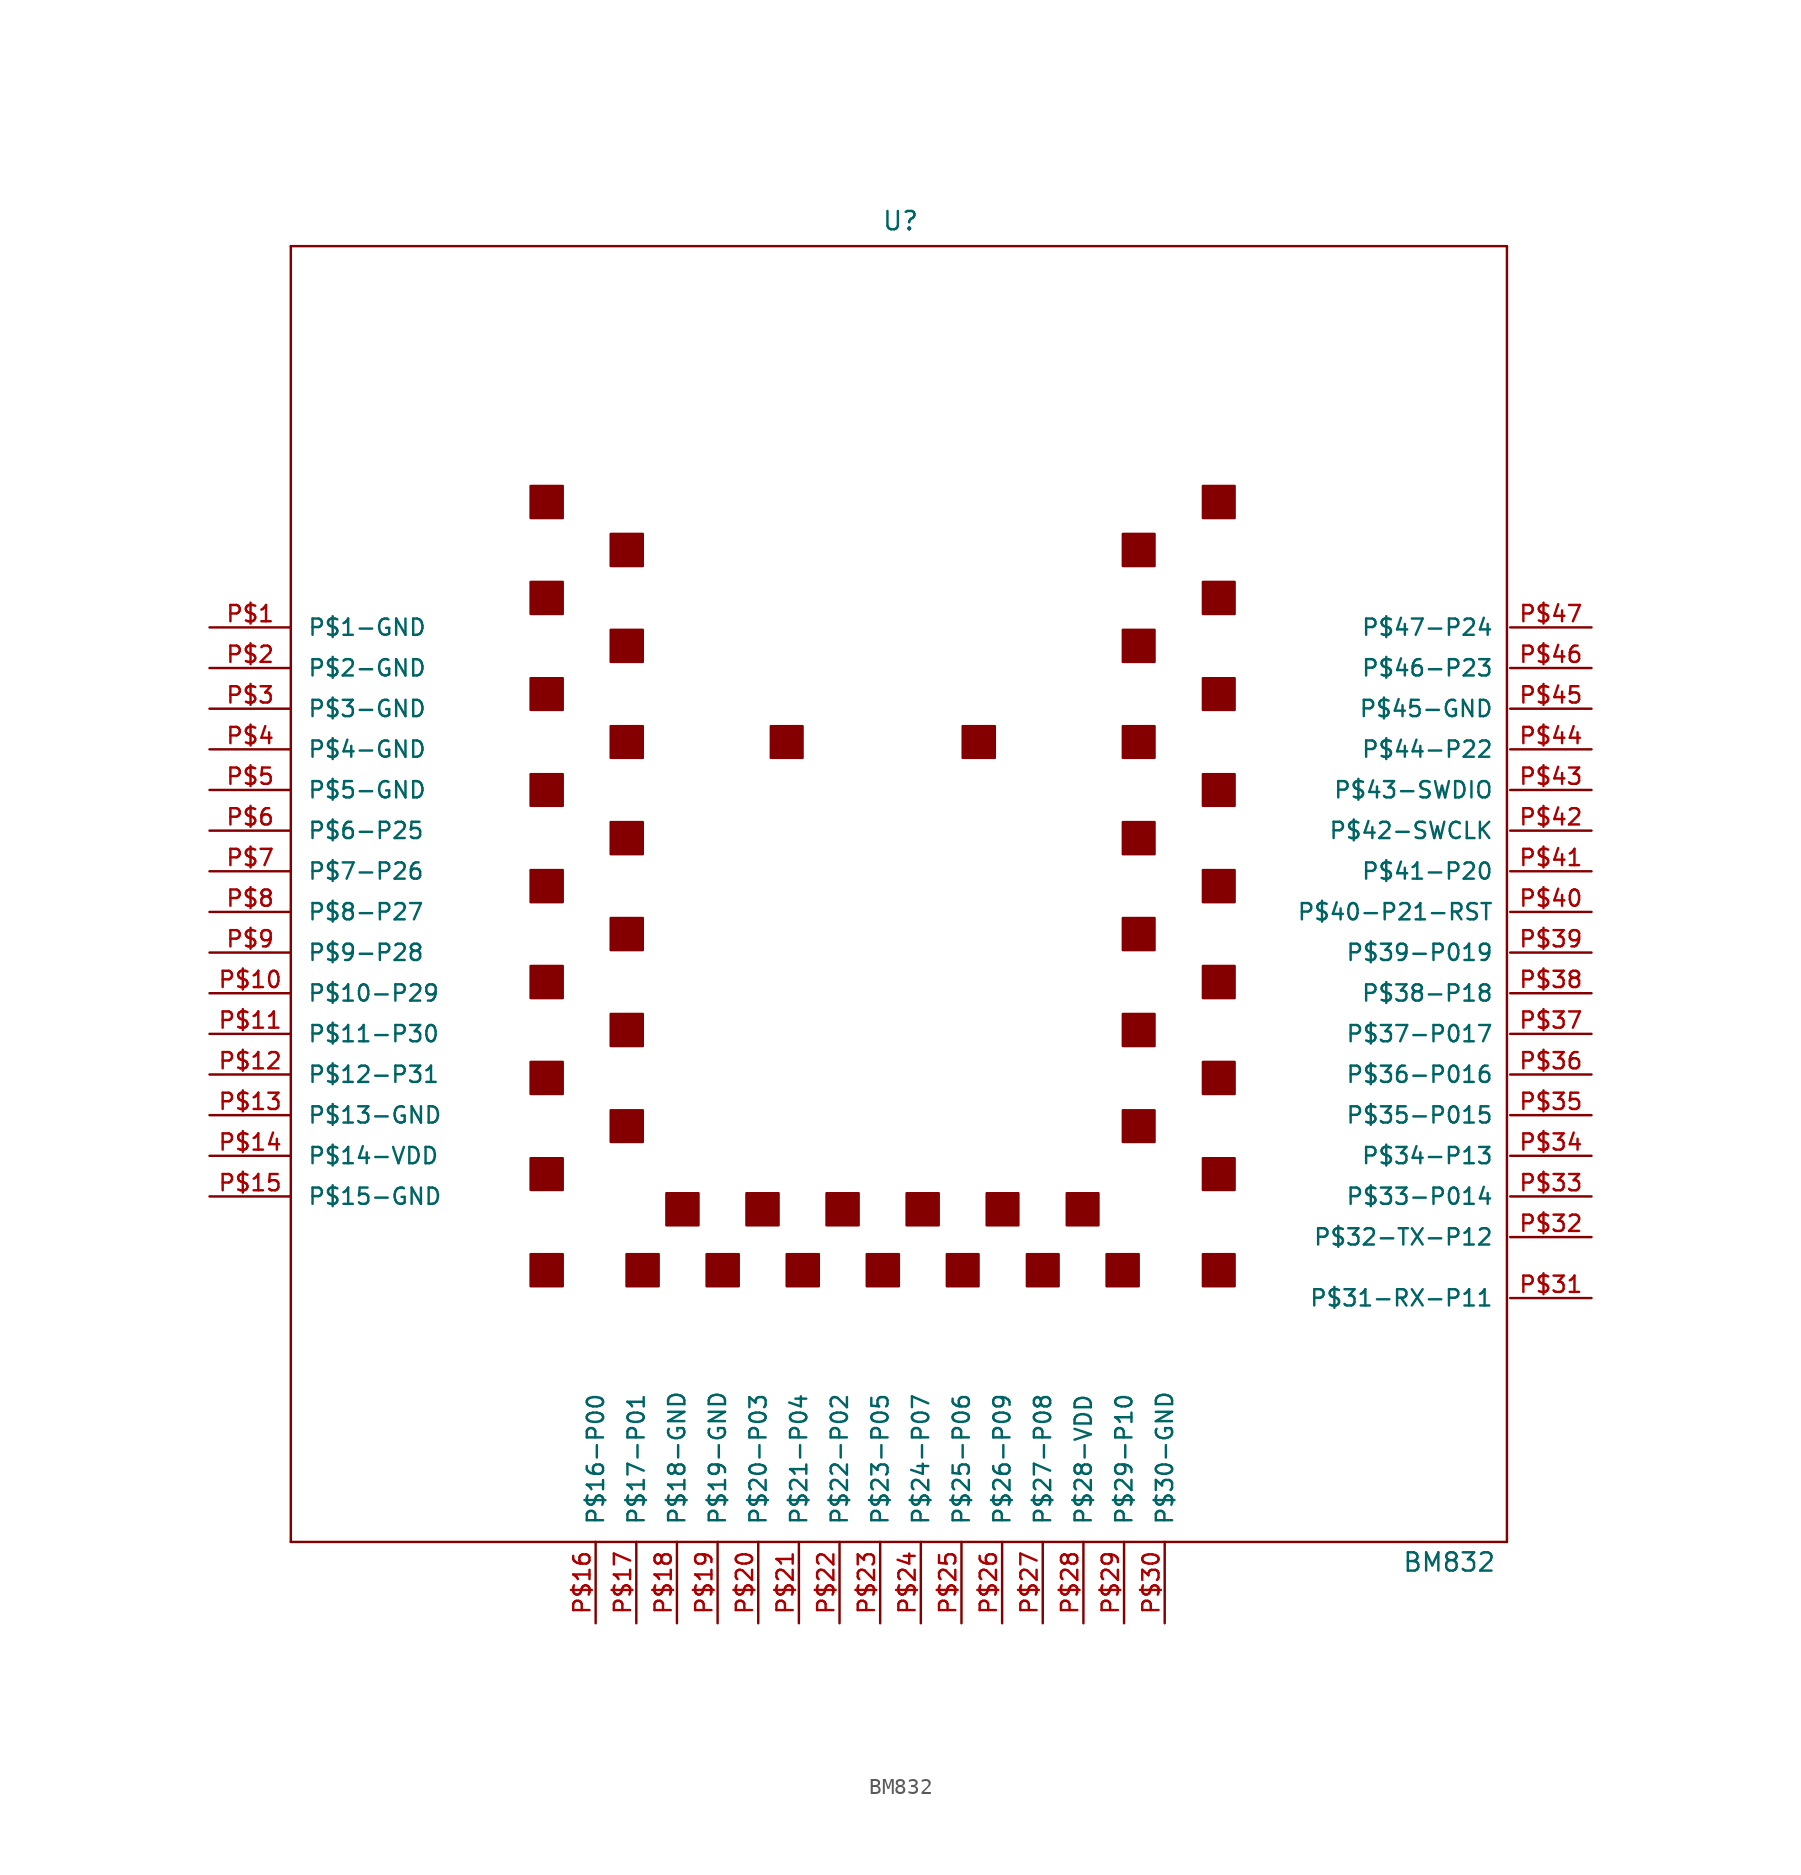
<source format=kicad_sym>
(kicad_symbol_lib
  (version 20211014)
  (generator kicad_symbol_editor)
  (symbol "BM832"
    (pin_names
      (offset 1.016))
    (property "Reference" "U"
      (at 2.54 43.18 0)
      (effects (font (size 1.143 1.143))))
    (property "Value" "BM832"
      (at 36.83 -40.64 0)
      (effects (font (size 1.143 1.143))))
    (property "ki_locked" ""
      (at 0 0 0)
      (effects (font (size 1.27 1.27))))
    (symbol "BM832_1_0"
      (polyline (pts (xy -35.56 -39.37) (xy -35.56 41.605)) (stroke (width 0) (type default) (color 0 0 0 0)) (fill (type none)))
      (polyline (pts (xy -35.56 41.605) (xy 40.437 41.605)) (stroke (width 0) (type default) (color 0 0 0 0)) (fill (type none)))
      (polyline (pts (xy 40.437 -39.37) (xy -35.56 -39.37)) (stroke (width 0) (type default) (color 0 0 0 0)) (fill (type none)))
      (polyline (pts (xy 40.437 41.605) (xy 40.437 -39.37)) (stroke (width 0) (type default) (color 0 0 0 0)) (fill (type none))))
    (symbol "BM832_1_1"
      (polyline (pts (xy -20.574 -21.387) (xy -18.567 -21.387) (xy -18.567 -21.387) (xy -18.567 -23.393) (xy -18.567 -23.393) (xy -20.574 -23.393) (xy -20.574 -23.393) (xy -20.574 -21.387)) (stroke (width 0) (type default) (color 0 0 0 0)) (fill (type outline)))
      (polyline (pts (xy -20.574 -15.392) (xy -18.567 -15.392) (xy -18.567 -15.392) (xy -18.567 -17.374) (xy -18.567 -17.374) (xy -20.574 -17.374) (xy -20.574 -17.374) (xy -20.574 -15.392)) (stroke (width 0) (type default) (color 0 0 0 0)) (fill (type outline)))
      (polyline (pts (xy -20.574 -9.373) (xy -18.567 -9.373) (xy -18.567 -9.373) (xy -18.567 -11.379) (xy -18.567 -11.379) (xy -20.574 -11.379) (xy -20.574 -11.379) (xy -20.574 -9.373)) (stroke (width 0) (type default) (color 0 0 0 0)) (fill (type outline)))
      (polyline (pts (xy -20.574 -3.378) (xy -18.567 -3.378) (xy -18.567 -3.378) (xy -18.567 -5.385) (xy -18.567 -5.385) (xy -20.574 -5.385) (xy -20.574 -5.385) (xy -20.574 -3.378)) (stroke (width 0) (type default) (color 0 0 0 0)) (fill (type outline)))
      (polyline (pts (xy -20.574 2.616) (xy -18.567 2.616) (xy -18.567 2.616) (xy -18.567 0.61) (xy -18.567 0.61) (xy -20.574 0.61) (xy -20.574 0.61) (xy -20.574 2.616)) (stroke (width 0) (type default) (color 0 0 0 0)) (fill (type outline)))
      (polyline (pts (xy -20.574 8.611) (xy -18.567 8.611) (xy -18.567 8.611) (xy -18.567 6.629) (xy -18.567 6.629) (xy -20.574 6.629) (xy -20.574 6.629) (xy -20.574 8.611)) (stroke (width 0) (type default) (color 0 0 0 0)) (fill (type outline)))
      (polyline (pts (xy -20.574 14.605) (xy -18.567 14.605) (xy -18.567 14.605) (xy -18.567 12.624) (xy -18.567 12.624) (xy -20.574 12.624) (xy -20.574 12.624) (xy -20.574 14.605)) (stroke (width 0) (type default) (color 0 0 0 0)) (fill (type outline)))
      (polyline (pts (xy -20.574 20.625) (xy -18.567 20.625) (xy -18.567 20.625) (xy -18.567 18.618) (xy -18.567 18.618) (xy -20.574 18.618) (xy -20.574 18.618) (xy -20.574 20.625)) (stroke (width 0) (type default) (color 0 0 0 0)) (fill (type outline)))
      (polyline (pts (xy -20.574 26.619) (xy -18.567 26.619) (xy -18.567 26.619) (xy -18.567 24.613) (xy -18.567 24.613) (xy -20.574 24.613) (xy -20.574 24.613) (xy -20.574 26.619)) (stroke (width 0) (type default) (color 0 0 0 0)) (fill (type outline)))
      (polyline (pts (xy -15.57 -12.395) (xy -13.564 -12.395) (xy -13.564 -12.395) (xy -13.564 -14.376) (xy -13.564 -14.376) (xy -15.57 -14.376) (xy -15.57 -14.376) (xy -15.57 -12.395)) (stroke (width 0) (type default) (color 0 0 0 0)) (fill (type outline)))
      (polyline (pts (xy -15.57 -6.375) (xy -13.564 -6.375) (xy -13.564 -6.375) (xy -13.564 -8.382) (xy -13.564 -8.382) (xy -15.57 -8.382) (xy -15.57 -8.382) (xy -15.57 -6.375)) (stroke (width 0) (type default) (color 0 0 0 0)) (fill (type outline)))
      (polyline (pts (xy -15.57 -0.381) (xy -13.564 -0.381) (xy -13.564 -0.381) (xy -13.564 -2.388) (xy -13.564 -2.388) (xy -15.57 -2.388) (xy -15.57 -2.388) (xy -15.57 -0.381)) (stroke (width 0) (type default) (color 0 0 0 0)) (fill (type outline)))
      (polyline (pts (xy -15.57 5.613) (xy -13.564 5.613) (xy -13.564 5.613) (xy -13.564 3.607) (xy -13.564 3.607) (xy -15.57 3.607) (xy -15.57 3.607) (xy -15.57 5.613)) (stroke (width 0) (type default) (color 0 0 0 0)) (fill (type outline)))
      (polyline (pts (xy -15.57 11.608) (xy -13.564 11.608) (xy -13.564 11.608) (xy -13.564 9.627) (xy -13.564 9.627) (xy -15.57 9.627) (xy -15.57 9.627) (xy -15.57 11.608)) (stroke (width 0) (type default) (color 0 0 0 0)) (fill (type outline)))
      (polyline (pts (xy -15.57 17.628) (xy -13.564 17.628) (xy -13.564 17.628) (xy -13.564 15.621) (xy -13.564 15.621) (xy -15.57 15.621) (xy -15.57 15.621) (xy -15.57 17.628)) (stroke (width 0) (type default) (color 0 0 0 0)) (fill (type outline)))
      (polyline (pts (xy -15.57 23.622) (xy -13.564 23.622) (xy -13.564 23.622) (xy -13.564 21.615) (xy -13.564 21.615) (xy -15.57 21.615) (xy -15.57 21.615) (xy -15.57 23.622)) (stroke (width 0) (type default) (color 0 0 0 0)) (fill (type outline)))
      (polyline (pts (xy -14.58 -21.387) (xy -12.573 -21.387) (xy -12.573 -21.387) (xy -12.573 -23.393) (xy -12.573 -23.393) (xy -14.58 -23.393) (xy -14.58 -23.393) (xy -14.58 -21.387)) (stroke (width 0) (type default) (color 0 0 0 0)) (fill (type outline)))
      (polyline (pts (xy -12.09 -17.577) (xy -10.084 -17.577) (xy -10.084 -17.577) (xy -10.084 -19.583) (xy -10.084 -19.583) (xy -12.09 -19.583) (xy -12.09 -19.583) (xy -12.09 -17.577)) (stroke (width 0) (type default) (color 0 0 0 0)) (fill (type outline)))
      (polyline (pts (xy -9.576 -21.387) (xy -7.569 -21.387) (xy -7.569 -21.387) (xy -7.569 -23.393) (xy -7.569 -23.393) (xy -9.576 -23.393) (xy -9.576 -23.393) (xy -9.576 -21.387)) (stroke (width 0) (type default) (color 0 0 0 0)) (fill (type outline)))
      (polyline (pts (xy -7.087 -17.577) (xy -5.08 -17.577) (xy -5.08 -17.577) (xy -5.08 -19.583) (xy -5.08 -19.583) (xy -7.087 -19.583) (xy -7.087 -19.583) (xy -7.087 -17.577)) (stroke (width 0) (type default) (color 0 0 0 0)) (fill (type outline)))
      (polyline (pts (xy -5.563 11.608) (xy -3.581 11.608) (xy -3.581 11.608) (xy -3.581 9.627) (xy -3.581 9.627) (xy -5.563 9.627) (xy -5.563 9.627) (xy -5.563 11.608)) (stroke (width 0) (type default) (color 0 0 0 0)) (fill (type outline)))
      (polyline (pts (xy -4.572 -21.387) (xy -2.565 -21.387) (xy -2.565 -21.387) (xy -2.565 -23.393) (xy -2.565 -23.393) (xy -4.572 -23.393) (xy -4.572 -23.393) (xy -4.572 -21.387)) (stroke (width 0) (type default) (color 0 0 0 0)) (fill (type outline)))
      (polyline (pts (xy -2.083 -17.577) (xy -0.076 -17.577) (xy -0.076 -17.577) (xy -0.076 -19.583) (xy -0.076 -19.583) (xy -2.083 -19.583) (xy -2.083 -19.583) (xy -2.083 -17.577)) (stroke (width 0) (type default) (color 0 0 0 0)) (fill (type outline)))
      (polyline (pts (xy 0.432 -21.387) (xy 2.438 -21.387) (xy 2.438 -21.387) (xy 2.438 -23.393) (xy 2.438 -23.393) (xy 0.432 -23.393) (xy 0.432 -23.393) (xy 0.432 -21.387)) (stroke (width 0) (type default) (color 0 0 0 0)) (fill (type outline)))
      (polyline (pts (xy 2.921 -17.577) (xy 4.928 -17.577) (xy 4.928 -17.577) (xy 4.928 -19.583) (xy 4.928 -19.583) (xy 2.921 -19.583) (xy 2.921 -19.583) (xy 2.921 -17.577)) (stroke (width 0) (type default) (color 0 0 0 0)) (fill (type outline)))
      (polyline (pts (xy 5.436 -21.387) (xy 7.417 -21.387) (xy 7.417 -21.387) (xy 7.417 -23.393) (xy 7.417 -23.393) (xy 5.436 -23.393) (xy 5.436 -23.393) (xy 5.436 -21.387)) (stroke (width 0) (type default) (color 0 0 0 0)) (fill (type outline)))
      (polyline (pts (xy 6.426 11.608) (xy 8.433 11.608) (xy 8.433 11.608) (xy 8.433 9.627) (xy 8.433 9.627) (xy 6.426 9.627) (xy 6.426 9.627) (xy 6.426 11.608)) (stroke (width 0) (type default) (color 0 0 0 0)) (fill (type outline)))
      (polyline (pts (xy 7.925 -17.577) (xy 9.906 -17.577) (xy 9.906 -17.577) (xy 9.906 -19.583) (xy 9.906 -19.583) (xy 7.925 -19.583) (xy 7.925 -19.583) (xy 7.925 -17.577)) (stroke (width 0) (type default) (color 0 0 0 0)) (fill (type outline)))
      (polyline (pts (xy 10.439 -21.387) (xy 12.421 -21.387) (xy 12.421 -21.387) (xy 12.421 -23.393) (xy 12.421 -23.393) (xy 10.439 -23.393) (xy 10.439 -23.393) (xy 10.439 -21.387)) (stroke (width 0) (type default) (color 0 0 0 0)) (fill (type outline)))
      (polyline (pts (xy 12.929 -17.577) (xy 14.91 -17.577) (xy 14.91 -17.577) (xy 14.91 -19.583) (xy 14.91 -19.583) (xy 12.929 -19.583) (xy 12.929 -19.583) (xy 12.929 -17.577)) (stroke (width 0) (type default) (color 0 0 0 0)) (fill (type outline)))
      (polyline (pts (xy 15.418 -21.387) (xy 17.424 -21.387) (xy 17.424 -21.387) (xy 17.424 -23.393) (xy 17.424 -23.393) (xy 15.418 -23.393) (xy 15.418 -23.393) (xy 15.418 -21.387)) (stroke (width 0) (type default) (color 0 0 0 0)) (fill (type outline)))
      (polyline (pts (xy 16.434 -12.395) (xy 18.415 -12.395) (xy 18.415 -12.395) (xy 18.415 -14.376) (xy 18.415 -14.376) (xy 16.434 -14.376) (xy 16.434 -14.376) (xy 16.434 -12.395)) (stroke (width 0) (type default) (color 0 0 0 0)) (fill (type outline)))
      (polyline (pts (xy 16.434 -6.375) (xy 18.415 -6.375) (xy 18.415 -6.375) (xy 18.415 -8.382) (xy 18.415 -8.382) (xy 16.434 -8.382) (xy 16.434 -8.382) (xy 16.434 -6.375)) (stroke (width 0) (type default) (color 0 0 0 0)) (fill (type outline)))
      (polyline (pts (xy 16.434 -0.381) (xy 18.415 -0.381) (xy 18.415 -0.381) (xy 18.415 -2.388) (xy 18.415 -2.388) (xy 16.434 -2.388) (xy 16.434 -2.388) (xy 16.434 -0.381)) (stroke (width 0) (type default) (color 0 0 0 0)) (fill (type outline)))
      (polyline (pts (xy 16.434 5.613) (xy 18.415 5.613) (xy 18.415 5.613) (xy 18.415 3.607) (xy 18.415 3.607) (xy 16.434 3.607) (xy 16.434 3.607) (xy 16.434 5.613)) (stroke (width 0) (type default) (color 0 0 0 0)) (fill (type outline)))
      (polyline (pts (xy 16.434 11.608) (xy 18.415 11.608) (xy 18.415 11.608) (xy 18.415 9.627) (xy 18.415 9.627) (xy 16.434 9.627) (xy 16.434 9.627) (xy 16.434 11.608)) (stroke (width 0) (type default) (color 0 0 0 0)) (fill (type outline)))
      (polyline (pts (xy 16.434 17.628) (xy 18.415 17.628) (xy 18.415 17.628) (xy 18.415 15.621) (xy 18.415 15.621) (xy 16.434 15.621) (xy 16.434 15.621) (xy 16.434 17.628)) (stroke (width 0) (type default) (color 0 0 0 0)) (fill (type outline)))
      (polyline (pts (xy 16.434 23.622) (xy 18.415 23.622) (xy 18.415 23.622) (xy 18.415 21.615) (xy 18.415 21.615) (xy 16.434 21.615) (xy 16.434 21.615) (xy 16.434 23.622)) (stroke (width 0) (type default) (color 0 0 0 0)) (fill (type outline)))
      (polyline (pts (xy 21.438 -21.387) (xy 23.419 -21.387) (xy 23.419 -21.387) (xy 23.419 -23.393) (xy 23.419 -23.393) (xy 21.438 -23.393) (xy 21.438 -23.393) (xy 21.438 -21.387)) (stroke (width 0) (type default) (color 0 0 0 0)) (fill (type outline)))
      (polyline (pts (xy 21.438 -15.392) (xy 23.419 -15.392) (xy 23.419 -15.392) (xy 23.419 -17.374) (xy 23.419 -17.374) (xy 21.438 -17.374) (xy 21.438 -17.374) (xy 21.438 -15.392)) (stroke (width 0) (type default) (color 0 0 0 0)) (fill (type outline)))
      (polyline (pts (xy 21.438 -9.373) (xy 23.419 -9.373) (xy 23.419 -9.373) (xy 23.419 -11.379) (xy 23.419 -11.379) (xy 21.438 -11.379) (xy 21.438 -11.379) (xy 21.438 -9.373)) (stroke (width 0) (type default) (color 0 0 0 0)) (fill (type outline)))
      (polyline (pts (xy 21.438 -3.378) (xy 23.419 -3.378) (xy 23.419 -3.378) (xy 23.419 -5.385) (xy 23.419 -5.385) (xy 21.438 -5.385) (xy 21.438 -5.385) (xy 21.438 -3.378)) (stroke (width 0) (type default) (color 0 0 0 0)) (fill (type outline)))
      (polyline (pts (xy 21.438 2.616) (xy 23.419 2.616) (xy 23.419 2.616) (xy 23.419 0.61) (xy 23.419 0.61) (xy 21.438 0.61) (xy 21.438 0.61) (xy 21.438 2.616)) (stroke (width 0) (type default) (color 0 0 0 0)) (fill (type outline)))
      (polyline (pts (xy 21.438 8.611) (xy 23.419 8.611) (xy 23.419 8.611) (xy 23.419 6.629) (xy 23.419 6.629) (xy 21.438 6.629) (xy 21.438 6.629) (xy 21.438 8.611)) (stroke (width 0) (type default) (color 0 0 0 0)) (fill (type outline)))
      (polyline (pts (xy 21.438 14.605) (xy 23.419 14.605) (xy 23.419 14.605) (xy 23.419 12.624) (xy 23.419 12.624) (xy 21.438 12.624) (xy 21.438 12.624) (xy 21.438 14.605)) (stroke (width 0) (type default) (color 0 0 0 0)) (fill (type outline)))
      (polyline (pts (xy 21.438 20.625) (xy 23.419 20.625) (xy 23.419 20.625) (xy 23.419 18.618) (xy 23.419 18.618) (xy 21.438 18.618) (xy 21.438 18.618) (xy 21.438 20.625)) (stroke (width 0) (type default) (color 0 0 0 0)) (fill (type outline)))
      (polyline (pts (xy 21.438 26.619) (xy 23.419 26.619) (xy 23.419 26.619) (xy 23.419 24.613) (xy 23.419 24.613) (xy 21.438 24.613) (xy 21.438 24.613) (xy 21.438 26.619)) (stroke (width 0) (type default) (color 0 0 0 0)) (fill (type outline)))
      (pin bidirectional line (at -40.64 17.78 0) (length 5.08) (name "P$1-GND" (effects (font (size 1.016 1.016)))) (number "P$1" (effects (font (size 1.016 1.016)))))
      (pin bidirectional line (at -40.64 -5.08 0) (length 5.08) (name "P$10-P29" (effects (font (size 1.016 1.016)))) (number "P$10" (effects (font (size 1.016 1.016)))))
      (pin bidirectional line (at -40.64 -7.62 0) (length 5.08) (name "P$11-P30" (effects (font (size 1.016 1.016)))) (number "P$11" (effects (font (size 1.016 1.016)))))
      (pin bidirectional line (at -40.64 -10.16 0) (length 5.08) (name "P$12-P31" (effects (font (size 1.016 1.016)))) (number "P$12" (effects (font (size 1.016 1.016)))))
      (pin bidirectional line (at -40.64 -12.7 0) (length 5.08) (name "P$13-GND" (effects (font (size 1.016 1.016)))) (number "P$13" (effects (font (size 1.016 1.016)))))
      (pin bidirectional line (at -40.64 -15.24 0) (length 5.08) (name "P$14-VDD" (effects (font (size 1.016 1.016)))) (number "P$14" (effects (font (size 1.016 1.016)))))
      (pin bidirectional line (at -40.64 -17.78 0) (length 5.08) (name "P$15-GND" (effects (font (size 1.016 1.016)))) (number "P$15" (effects (font (size 1.016 1.016)))))
      (pin bidirectional line (at -16.51 -44.45 90) (length 5.08) (name "P$16-P00" (effects (font (size 1.016 1.016)))) (number "P$16" (effects (font (size 1.016 1.016)))))
      (pin bidirectional line (at -13.97 -44.45 90) (length 5.08) (name "P$17-P01" (effects (font (size 1.016 1.016)))) (number "P$17" (effects (font (size 1.016 1.016)))))
      (pin bidirectional line (at -11.43 -44.45 90) (length 5.08) (name "P$18-GND" (effects (font (size 1.016 1.016)))) (number "P$18" (effects (font (size 1.016 1.016)))))
      (pin bidirectional line (at -8.89 -44.45 90) (length 5.08) (name "P$19-GND" (effects (font (size 1.016 1.016)))) (number "P$19" (effects (font (size 1.016 1.016)))))
      (pin bidirectional line (at -40.64 15.24 0) (length 5.08) (name "P$2-GND" (effects (font (size 1.016 1.016)))) (number "P$2" (effects (font (size 1.016 1.016)))))
      (pin bidirectional line (at -6.35 -44.45 90) (length 5.08) (name "P$20-P03" (effects (font (size 1.016 1.016)))) (number "P$20" (effects (font (size 1.016 1.016)))))
      (pin bidirectional line (at -3.81 -44.45 90) (length 5.08) (name "P$21-P04" (effects (font (size 1.016 1.016)))) (number "P$21" (effects (font (size 1.016 1.016)))))
      (pin bidirectional line (at -1.27 -44.45 90) (length 5.08) (name "P$22-P02" (effects (font (size 1.016 1.016)))) (number "P$22" (effects (font (size 1.016 1.016)))))
      (pin bidirectional line (at 1.27 -44.45 90) (length 5.08) (name "P$23-P05" (effects (font (size 1.016 1.016)))) (number "P$23" (effects (font (size 1.016 1.016)))))
      (pin bidirectional line (at 3.81 -44.45 90) (length 5.08) (name "P$24-P07" (effects (font (size 1.016 1.016)))) (number "P$24" (effects (font (size 1.016 1.016)))))
      (pin bidirectional line (at 6.35 -44.45 90) (length 5.08) (name "P$25-P06" (effects (font (size 1.016 1.016)))) (number "P$25" (effects (font (size 1.016 1.016)))))
      (pin bidirectional line (at 8.89 -44.45 90) (length 5.08) (name "P$26-P09" (effects (font (size 1.016 1.016)))) (number "P$26" (effects (font (size 1.016 1.016)))))
      (pin bidirectional line (at 11.43 -44.45 90) (length 5.08) (name "P$27-P08" (effects (font (size 1.016 1.016)))) (number "P$27" (effects (font (size 1.016 1.016)))))
      (pin bidirectional line (at 13.97 -44.45 90) (length 5.08) (name "P$28-VDD" (effects (font (size 1.016 1.016)))) (number "P$28" (effects (font (size 1.016 1.016)))))
      (pin bidirectional line (at 16.51 -44.45 90) (length 5.08) (name "P$29-P10" (effects (font (size 1.016 1.016)))) (number "P$29" (effects (font (size 1.016 1.016)))))
      (pin bidirectional line (at -40.64 12.7 0) (length 5.08) (name "P$3-GND" (effects (font (size 1.016 1.016)))) (number "P$3" (effects (font (size 1.016 1.016)))))
      (pin bidirectional line (at 19.05 -44.45 90) (length 5.08) (name "P$30-GND" (effects (font (size 1.016 1.016)))) (number "P$30" (effects (font (size 1.016 1.016)))))
      (pin bidirectional line (at 45.72 -24.13 180) (length 5.08) (name "P$31-RX-P11" (effects (font (size 1.016 1.016)))) (number "P$31" (effects (font (size 1.016 1.016)))))
      (pin bidirectional line (at 45.72 -20.32 180) (length 5.08) (name "P$32-TX-P12" (effects (font (size 1.016 1.016)))) (number "P$32" (effects (font (size 1.016 1.016)))))
      (pin bidirectional line (at 45.72 -17.78 180) (length 5.08) (name "P$33-P014" (effects (font (size 1.016 1.016)))) (number "P$33" (effects (font (size 1.016 1.016)))))
      (pin bidirectional line (at 45.72 -15.24 180) (length 5.08) (name "P$34-P13" (effects (font (size 1.016 1.016)))) (number "P$34" (effects (font (size 1.016 1.016)))))
      (pin bidirectional line (at 45.72 -12.7 180) (length 5.08) (name "P$35-P015" (effects (font (size 1.016 1.016)))) (number "P$35" (effects (font (size 1.016 1.016)))))
      (pin bidirectional line (at 45.72 -10.16 180) (length 5.08) (name "P$36-P016" (effects (font (size 1.016 1.016)))) (number "P$36" (effects (font (size 1.016 1.016)))))
      (pin bidirectional line (at 45.72 -7.62 180) (length 5.08) (name "P$37-P017" (effects (font (size 1.016 1.016)))) (number "P$37" (effects (font (size 1.016 1.016)))))
      (pin bidirectional line (at 45.72 -5.08 180) (length 5.08) (name "P$38-P18" (effects (font (size 1.016 1.016)))) (number "P$38" (effects (font (size 1.016 1.016)))))
      (pin bidirectional line (at 45.72 -2.54 180) (length 5.08) (name "P$39-P019" (effects (font (size 1.016 1.016)))) (number "P$39" (effects (font (size 1.016 1.016)))))
      (pin bidirectional line (at -40.64 10.16 0) (length 5.08) (name "P$4-GND" (effects (font (size 1.016 1.016)))) (number "P$4" (effects (font (size 1.016 1.016)))))
      (pin bidirectional line (at 45.72 0 180) (length 5.08) (name "P$40-P21-RST" (effects (font (size 1.016 1.016)))) (number "P$40" (effects (font (size 1.016 1.016)))))
      (pin bidirectional line (at 45.72 2.54 180) (length 5.08) (name "P$41-P20" (effects (font (size 1.016 1.016)))) (number "P$41" (effects (font (size 1.016 1.016)))))
      (pin bidirectional line (at 45.72 5.08 180) (length 5.08) (name "P$42-SWCLK" (effects (font (size 1.016 1.016)))) (number "P$42" (effects (font (size 1.016 1.016)))))
      (pin bidirectional line (at 45.72 7.62 180) (length 5.08) (name "P$43-SWDIO" (effects (font (size 1.016 1.016)))) (number "P$43" (effects (font (size 1.016 1.016)))))
      (pin bidirectional line (at 45.72 10.16 180) (length 5.08) (name "P$44-P22" (effects (font (size 1.016 1.016)))) (number "P$44" (effects (font (size 1.016 1.016)))))
      (pin bidirectional line (at 45.72 12.7 180) (length 5.08) (name "P$45-GND" (effects (font (size 1.016 1.016)))) (number "P$45" (effects (font (size 1.016 1.016)))))
      (pin bidirectional line (at 45.72 15.24 180) (length 5.08) (name "P$46-P23" (effects (font (size 1.016 1.016)))) (number "P$46" (effects (font (size 1.016 1.016)))))
      (pin bidirectional line (at 45.72 17.78 180) (length 5.08) (name "P$47-P24" (effects (font (size 1.016 1.016)))) (number "P$47" (effects (font (size 1.016 1.016)))))
      (pin bidirectional line (at -40.64 7.62 0) (length 5.08) (name "P$5-GND" (effects (font (size 1.016 1.016)))) (number "P$5" (effects (font (size 1.016 1.016)))))
      (pin bidirectional line (at -40.64 5.08 0) (length 5.08) (name "P$6-P25" (effects (font (size 1.016 1.016)))) (number "P$6" (effects (font (size 1.016 1.016)))))
      (pin bidirectional line (at -40.64 2.54 0) (length 5.08) (name "P$7-P26" (effects (font (size 1.016 1.016)))) (number "P$7" (effects (font (size 1.016 1.016)))))
      (pin bidirectional line (at -40.64 0 0) (length 5.08) (name "P$8-P27" (effects (font (size 1.016 1.016)))) (number "P$8" (effects (font (size 1.016 1.016)))))
      (pin bidirectional line (at -40.64 -2.54 0) (length 5.08) (name "P$9-P28" (effects (font (size 1.016 1.016)))) (number "P$9" (effects (font (size 1.016 1.016))))))))
</source>
